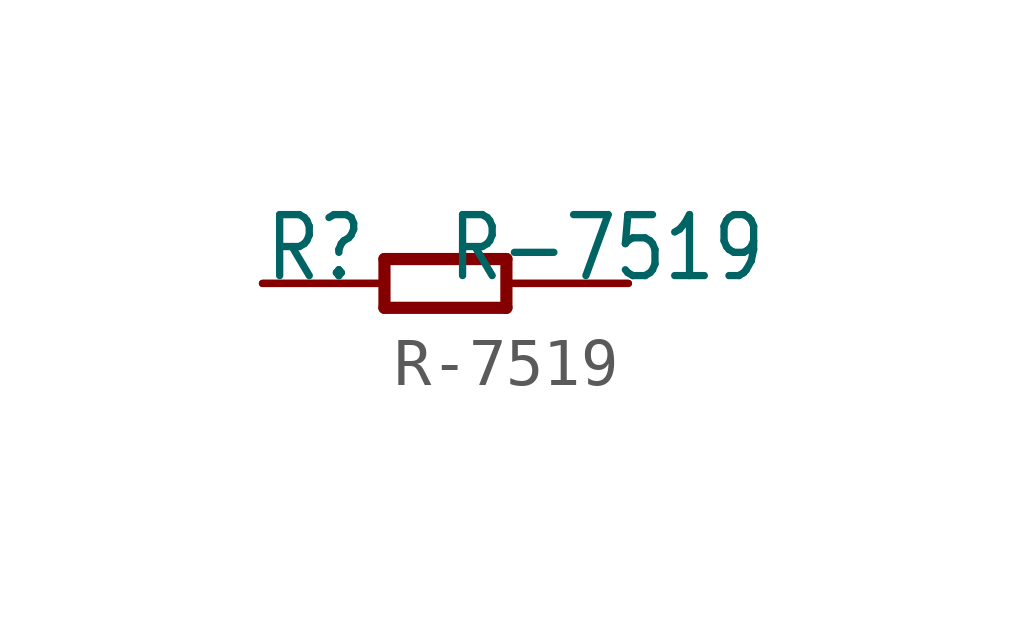
<source format=kicad_sym>
(kicad_symbol_lib
  (version 20211014)
  (generator kicad_symbol_editor)
  (symbol "R-7519"
    (property "Reference" "R"
      (at -3.81 0 0)
      (effects (font (size 1.27 1.079)) (justify left bottom)))
    (property "Value" "R-7519"
      (at 0 0 0)
      (effects (font (size 1.27 1.079)) (justify left bottom)))
    (property "ki_locked" ""
      (at 0 0 0)
      (effects (font (size 1.27 1.27))))
    (symbol "R-7519_1_0"
      (polyline (pts (xy -1.27 -0.508) (xy -1.27 0.508)) (stroke (width 0.254) (type default) (color 0 0 0 0)) (fill (type none)))
      (polyline (pts (xy -1.27 0.508) (xy 1.27 0.508)) (stroke (width 0.254) (type default) (color 0 0 0 0)) (fill (type none)))
      (polyline (pts (xy 1.27 -0.508) (xy -1.27 -0.508)) (stroke (width 0.254) (type default) (color 0 0 0 0)) (fill (type none)))
      (polyline (pts (xy 1.27 0.508) (xy 1.27 -0.508)) (stroke (width 0.254) (type default) (color 0 0 0 0)) (fill (type none)))
      (pin passive line (at -3.81 0 0) (length 2.54) (name "1" (effects (font (size 0 0)))) (number "1" (effects (font (size 0 0)))))
      (pin passive line (at -3.81 0 0) (length 2.54) (name "1" (effects (font (size 0 0)))) (number "2" (effects (font (size 0 0)))))
      (pin passive line (at 3.81 0 180) (length 2.54) (name "2" (effects (font (size 0 0)))) (number "3" (effects (font (size 0 0)))))
      (pin passive line (at 3.81 0 180) (length 2.54) (name "2" (effects (font (size 0 0)))) (number "4" (effects (font (size 0 0))))))))
</source>
